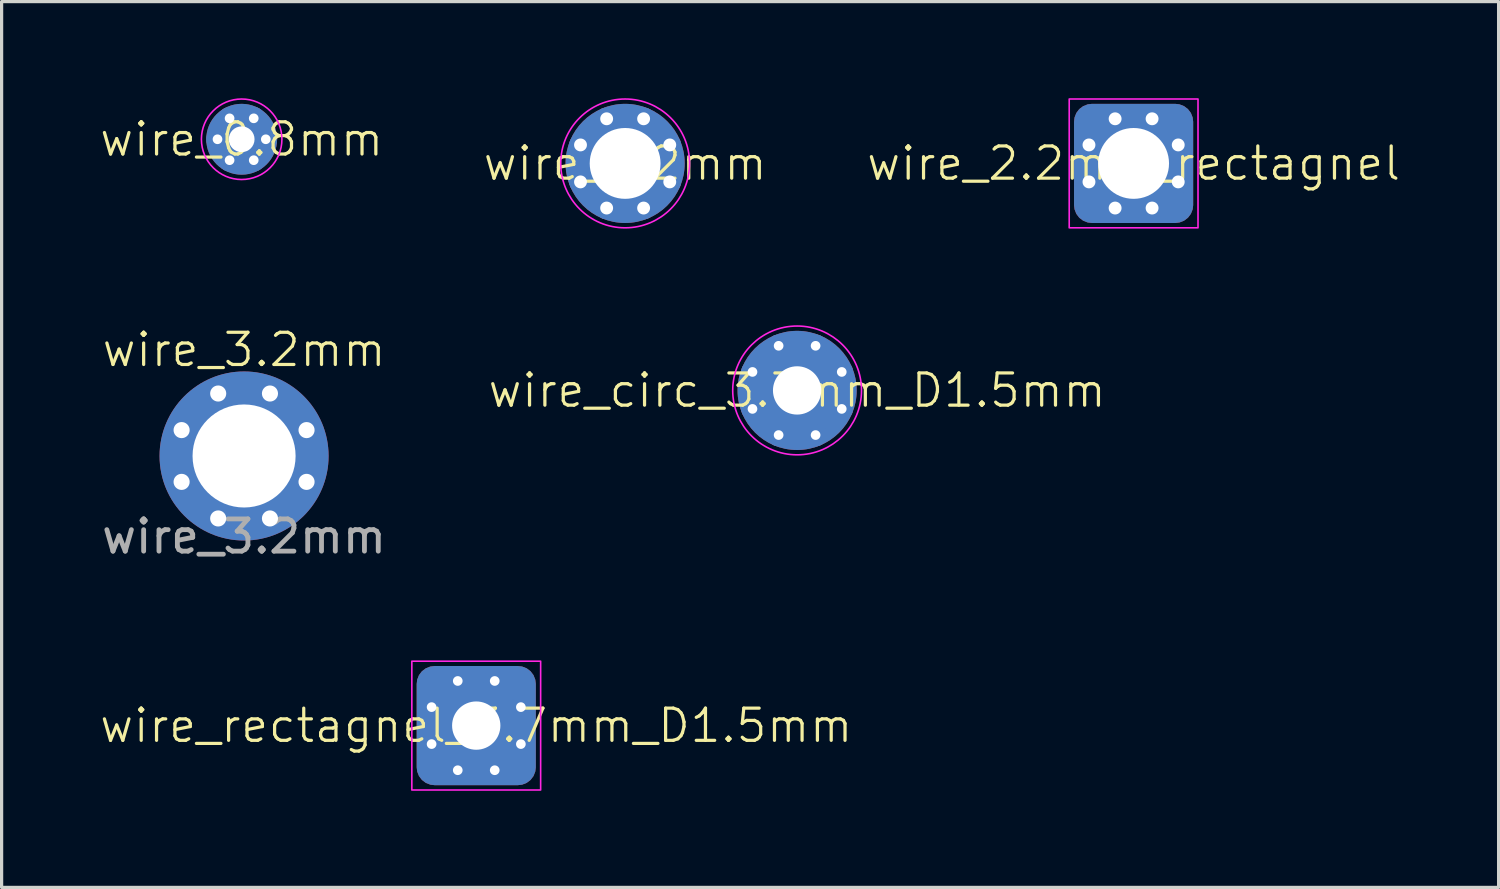
<source format=kicad_pcb>
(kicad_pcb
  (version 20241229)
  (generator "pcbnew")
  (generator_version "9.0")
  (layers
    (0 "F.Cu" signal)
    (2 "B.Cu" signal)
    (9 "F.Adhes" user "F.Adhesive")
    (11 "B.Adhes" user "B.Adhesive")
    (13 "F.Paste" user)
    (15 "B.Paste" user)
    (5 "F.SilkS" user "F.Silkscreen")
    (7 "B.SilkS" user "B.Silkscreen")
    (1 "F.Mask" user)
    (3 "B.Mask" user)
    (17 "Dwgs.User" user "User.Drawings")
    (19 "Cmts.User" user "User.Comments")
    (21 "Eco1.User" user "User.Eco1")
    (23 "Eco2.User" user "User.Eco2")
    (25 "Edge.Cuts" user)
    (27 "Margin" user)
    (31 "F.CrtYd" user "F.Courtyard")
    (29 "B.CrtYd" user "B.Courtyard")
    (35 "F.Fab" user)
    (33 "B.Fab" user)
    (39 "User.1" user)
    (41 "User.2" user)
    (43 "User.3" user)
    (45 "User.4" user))
  (footprint "wire_rectagnel_3.7mm_D1.5mm"
    (layer "F.Cu")
    (at 11.74 19.484)
    (property "Reference" "wire_rectagnel_3.7mm_D1.5mm" (at 0 0 0) (unlocked yes) (layer "F.SilkS") (effects (font (size 1 1) (thickness 0.1))))
    (attr through_hole)
    (fp_rect (start -2 -2) (end 2 2) (stroke (width 0.05) (type default)) (fill no) (layer "F.CrtYd"))
    (pad "1" thru_hole circle (at -1.386 -0.574 22.5) (size 0.7 0.7) (drill 0.3) (layers "*.Cu" "*.Mask"))
    (pad "1" thru_hole circle (at -1.386 0.574 22.5) (size 0.7 0.7) (drill 0.3) (layers "*.Cu" "*.Mask"))
    (pad "1" thru_hole circle (at -0.574 -1.386 22.5) (size 0.7 0.7) (drill 0.3) (layers "*.Cu" "*.Mask"))
    (pad "1" thru_hole circle (at -0.574 1.386 22.5) (size 0.7 0.7) (drill 0.3) (layers "*.Cu" "*.Mask"))
    (pad "1" thru_hole roundrect (at 0 0) (size 3.7 3.7) (drill 1.5) (layers "*.Cu" "*.Mask") (roundrect_rratio 0.15))
    (pad "1" thru_hole circle (at 0.574 -1.386 22.5) (size 0.7 0.7) (drill 0.3) (layers "*.Cu" "*.Mask"))
    (pad "1" thru_hole circle (at 0.574 1.386 22.5) (size 0.7 0.7) (drill 0.3) (layers "*.Cu" "*.Mask"))
    (pad "1" thru_hole circle (at 1.386 -0.574 22.5) (size 0.7 0.7) (drill 0.3) (layers "*.Cu" "*.Mask"))
    (pad "1" thru_hole circle (at 1.386 0.574 22.5) (size 0.7 0.7) (drill 0.3) (layers "*.Cu" "*.Mask")))
  (footprint "wire_2.2mm"
    (layer "F.Cu")
    (at 16.364 2.025)
    (property "Reference" "wire_2.2mm" (at 0 0 0) (unlocked yes) (layer "F.SilkS") (effects (font (size 1 1) (thickness 0.1))))
    (attr through_hole)
    (fp_circle (center 0 0) (end 2 0) (stroke (width 0.05) (type default)) (fill no) (layer "F.CrtYd"))
    (pad "1" thru_hole circle (at -1.386 -0.574 225) (size 0.7 0.7) (drill 0.4) (layers "*.Cu" "*.Mask"))
    (pad "1" thru_hole circle (at -1.386 0.574 225) (size 0.7 0.7) (drill 0.4) (layers "*.Cu" "*.Mask"))
    (pad "1" thru_hole circle (at -0.574 -1.386 225) (size 0.7 0.7) (drill 0.4) (layers "*.Cu" "*.Mask"))
    (pad "1" thru_hole circle (at -0.574 1.386 225) (size 0.7 0.7) (drill 0.4) (layers "*.Cu" "*.Mask"))
    (pad "1" thru_hole circle (at 0 0) (size 3.7 3.7) (drill 2.2) (layers "*.Cu" "*.Mask"))
    (pad "1" thru_hole circle (at 0.574 -1.386 225) (size 0.7 0.7) (drill 0.4) (layers "*.Cu" "*.Mask"))
    (pad "1" thru_hole circle (at 0.574 1.386 225) (size 0.7 0.7) (drill 0.4) (layers "*.Cu" "*.Mask"))
    (pad "1" thru_hole circle (at 1.386 -0.574 225) (size 0.7 0.7) (drill 0.4) (layers "*.Cu" "*.Mask"))
    (pad "1" thru_hole circle (at 1.386 0.574 225) (size 0.7 0.7) (drill 0.4) (layers "*.Cu" "*.Mask")))
  (footprint "wire_0.8mm"
    (layer "F.Cu")
    (at 4.455 1.275)
    (property "Reference" "wire_0.8mm" (at 0 0 0) (unlocked yes) (layer "F.SilkS") (effects (font (size 1 1) (thickness 0.1))))
    (attr through_hole)
    (fp_circle (center 0 0) (end 1.25 0) (stroke (width 0.05) (type default)) (fill no) (layer "F.CrtYd"))
    (pad "1" thru_hole circle (at -0.75 0) (size 0.7 0.7) (drill 0.3) (layers "*.Cu" "*.Mask"))
    (pad "1" thru_hole circle (at -0.375 -0.65) (size 0.7 0.7) (drill 0.3) (layers "*.Cu" "*.Mask"))
    (pad "1" thru_hole circle (at -0.375 0.65) (size 0.7 0.7) (drill 0.3) (layers "*.Cu" "*.Mask"))
    (pad "1" thru_hole circle (at 0 0) (size 2.2 2.2) (drill 0.8) (layers "*.Cu" "*.Mask"))
    (pad "1" thru_hole circle (at 0.375 -0.65) (size 0.7 0.7) (drill 0.3) (layers "*.Cu" "*.Mask"))
    (pad "1" thru_hole circle (at 0.375 0.65) (size 0.7 0.7) (drill 0.3) (layers "*.Cu" "*.Mask"))
    (pad "1" thru_hole circle (at 0.75 0) (size 0.7 0.7) (drill 0.3) (layers "*.Cu" "*.Mask")))
  (footprint "wire_2.2mm_rectagnel"
    (layer "F.Cu")
    (at 32.155 2.025)
    (property "Reference" "wire_2.2mm_rectagnel" (at 0 0 0) (unlocked yes) (layer "F.SilkS") (effects (font (size 1 1) (thickness 0.1))))
    (attr through_hole)
    (fp_rect (start -2 -2) (end 2 2) (stroke (width 0.05) (type default)) (fill no) (layer "F.CrtYd"))
    (pad "1" thru_hole circle (at -1.386 -0.574 225) (size 0.7 0.7) (drill 0.4) (layers "*.Cu" "*.Mask"))
    (pad "1" thru_hole circle (at -1.386 0.574 225) (size 0.7 0.7) (drill 0.4) (layers "*.Cu" "*.Mask"))
    (pad "1" thru_hole circle (at -0.574 -1.386 225) (size 0.7 0.7) (drill 0.4) (layers "*.Cu" "*.Mask"))
    (pad "1" thru_hole circle (at -0.574 1.386 225) (size 0.7 0.7) (drill 0.4) (layers "*.Cu" "*.Mask"))
    (pad "1" thru_hole roundrect (at 0 0) (size 3.7 3.7) (drill 2.2) (layers "*.Cu" "*.Mask") (roundrect_rratio 0.15))
    (pad "1" thru_hole circle (at 0.574 -1.386 225) (size 0.7 0.7) (drill 0.4) (layers "*.Cu" "*.Mask"))
    (pad "1" thru_hole circle (at 0.574 1.386 225) (size 0.7 0.7) (drill 0.4) (layers "*.Cu" "*.Mask"))
    (pad "1" thru_hole circle (at 1.386 -0.574 225) (size 0.7 0.7) (drill 0.4) (layers "*.Cu" "*.Mask"))
    (pad "1" thru_hole circle (at 1.386 0.574 225) (size 0.7 0.7) (drill 0.4) (layers "*.Cu" "*.Mask")))
  (footprint "wire_circ_3.7mm_D1.5mm"
    (layer "F.Cu")
    (at 21.705 9.075)
    (property "Reference" "wire_circ_3.7mm_D1.5mm" (at 0 0 0) (unlocked yes) (layer "F.SilkS") (effects (font (size 1 1) (thickness 0.1))))
    (attr through_hole)
    (fp_circle (center 0 0) (end 2 0) (stroke (width 0.05) (type default)) (fill no) (layer "F.CrtYd"))
    (pad "1" thru_hole circle (at -1.386 -0.574 22.5) (size 0.7 0.7) (drill 0.3) (layers "*.Cu" "*.Mask"))
    (pad "1" thru_hole circle (at -1.386 0.574 22.5) (size 0.7 0.7) (drill 0.3) (layers "*.Cu" "*.Mask"))
    (pad "1" thru_hole circle (at -0.574 -1.386 22.5) (size 0.7 0.7) (drill 0.3) (layers "*.Cu" "*.Mask"))
    (pad "1" thru_hole circle (at -0.574 1.386 22.5) (size 0.7 0.7) (drill 0.3) (layers "*.Cu" "*.Mask"))
    (pad "1" thru_hole circle (at 0 0) (size 3.7 3.7) (drill 1.5) (layers "*.Cu" "*.Mask"))
    (pad "1" thru_hole circle (at 0.574 -1.386 22.5) (size 0.7 0.7) (drill 0.3) (layers "*.Cu" "*.Mask"))
    (pad "1" thru_hole circle (at 0.574 1.386 22.5) (size 0.7 0.7) (drill 0.3) (layers "*.Cu" "*.Mask"))
    (pad "1" thru_hole circle (at 1.386 -0.574 22.5) (size 0.7 0.7) (drill 0.3) (layers "*.Cu" "*.Mask"))
    (pad "1" thru_hole circle (at 1.386 0.574 22.5) (size 0.7 0.7) (drill 0.3) (layers "*.Cu" "*.Mask")))
  (footprint "wire_3.2mm"
    (layer "F.Cu")
    (at 4.53 11.111)
    (property "Reference" "wire_3.2mm" (at 0 -3.3 0) (unlocked yes) (layer "F.SilkS") (effects (font (size 1 1) (thickness 0.1))))
    (attr through_hole)
    (fp_text user "${REFERENCE}" (at 0 2.5 0) (unlocked yes) (layer "F.Fab") (effects (font (size 1 1) (thickness 0.15))))
    (pad "1" thru_hole circle (at -1.94 -0.804 202.5) (size 0.85 0.85) (drill 0.5) (layers "*.Cu" "*.Mask"))
    (pad "1" thru_hole circle (at -1.94 0.804 157.5) (size 0.85 0.85) (drill 0.5) (layers "*.Cu" "*.Mask"))
    (pad "1" thru_hole circle (at -0.804 -1.94 157.5) (size 0.85 0.85) (drill 0.5) (layers "*.Cu" "*.Mask"))
    (pad "1" thru_hole circle (at -0.804 1.94 202.5) (size 0.85 0.85) (drill 0.5) (layers "*.Cu" "*.Mask"))
    (pad "1" thru_hole circle (at 0 0) (size 5.25 5.25) (drill 3.2) (layers "*.Cu" "*.Mask"))
    (pad "1" thru_hole circle (at 0.804 -1.94 157.5) (size 0.85 0.85) (drill 0.5) (layers "*.Cu" "*.Mask"))
    (pad "1" thru_hole circle (at 0.804 1.94 157.5) (size 0.85 0.85) (drill 0.5) (layers "*.Cu" "*.Mask"))
    (pad "1" thru_hole circle (at 1.94 -0.804 112.5) (size 0.85 0.85) (drill 0.5) (layers "*.Cu" "*.Mask"))
    (pad "1" thru_hole circle (at 1.94 0.804 202.5) (size 0.85 0.85) (drill 0.5) (layers "*.Cu" "*.Mask")))
  (gr_rect
    (start -3 -3)
    (end 43.49 24.509)
    (stroke (width 0.1) (type default))
    (fill no)
    (layer "Edge.Cuts")))
</source>
